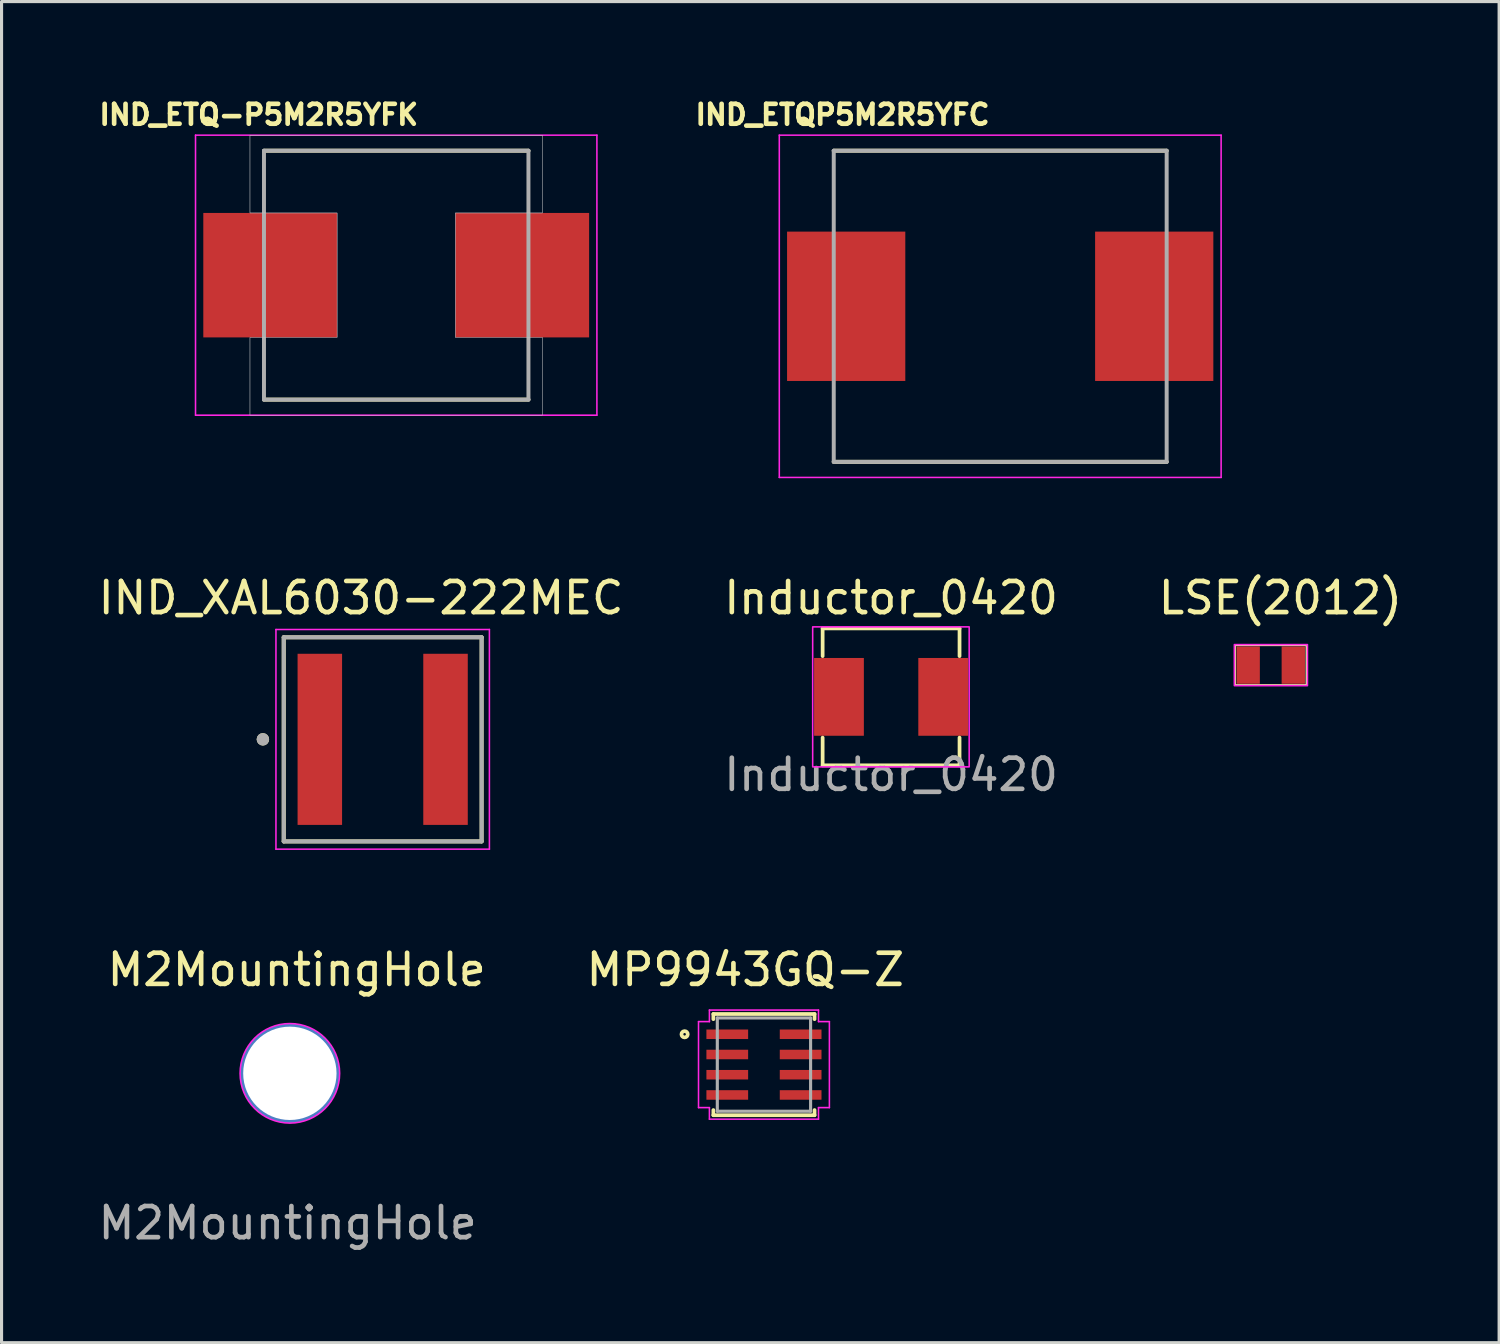
<source format=kicad_pcb>
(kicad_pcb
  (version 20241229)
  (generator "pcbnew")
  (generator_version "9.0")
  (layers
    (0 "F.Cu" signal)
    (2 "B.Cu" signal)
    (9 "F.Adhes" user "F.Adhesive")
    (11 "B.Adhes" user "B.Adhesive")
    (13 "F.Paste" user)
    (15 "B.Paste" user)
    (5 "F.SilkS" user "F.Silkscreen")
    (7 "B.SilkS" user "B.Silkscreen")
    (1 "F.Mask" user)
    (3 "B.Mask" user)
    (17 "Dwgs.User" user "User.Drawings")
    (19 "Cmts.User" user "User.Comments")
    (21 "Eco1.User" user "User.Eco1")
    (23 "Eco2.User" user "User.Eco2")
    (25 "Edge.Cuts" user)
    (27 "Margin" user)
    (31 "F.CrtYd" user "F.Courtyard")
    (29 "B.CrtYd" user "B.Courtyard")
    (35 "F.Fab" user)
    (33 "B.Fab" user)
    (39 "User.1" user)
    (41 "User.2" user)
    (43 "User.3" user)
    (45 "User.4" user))
  (footprint "LSE(2012)"
    (layer "F.Cu")
    (at 37.791 18.327)
    (property "Reference" "LSE(2012)" (at 0.31 -2.16 0) (unlocked yes) (layer "F.SilkS") (effects (font (size 1 1) (thickness 0.15))))
    (attr smd)
    (fp_rect (start -1.15 -0.64) (end 1.15 0.64) (stroke (width 0.06) (type solid)) (fill no) (layer "F.SilkS"))
    (fp_rect (start -1.17 -0.66) (end 1.18 0.66) (stroke (width 0.05) (type solid)) (fill no) (layer "F.CrtYd"))
    (pad "1" smd rect (at -0.725 0) (size 0.75 1.2) (layers "F.Cu" "F.Mask" "F.Paste"))
    (pad "2" smd rect (at 0.725 0) (size 0.75 1.2) (layers "F.Cu" "F.Mask" "F.Paste")))
  (footprint "MP9943GQ-Z"
    (layer "F.Cu")
    (at 21.503 31.166)
    (property "Reference" "MP9943GQ-Z" (at -0.6 -3.05 0) (layer "F.SilkS") (effects (font (size 1 1) (thickness 0.15))))
    (attr smd)
    (fp_line (start -1.626 -1.626) (end -1.626 -1.461) (stroke (width 0.12) (type solid)) (layer "F.SilkS"))
    (fp_line (start -1.626 1.461) (end -1.626 1.626) (stroke (width 0.12) (type solid)) (layer "F.SilkS"))
    (fp_line (start -1.626 1.626) (end 1.626 1.626) (stroke (width 0.12) (type solid)) (layer "F.SilkS"))
    (fp_line (start 1.626 -1.626) (end -1.626 -1.626) (stroke (width 0.12) (type solid)) (layer "F.SilkS"))
    (fp_line (start 1.626 -1.461) (end 1.626 -1.626) (stroke (width 0.12) (type solid)) (layer "F.SilkS"))
    (fp_line (start 1.626 1.626) (end 1.626 1.461) (stroke (width 0.12) (type solid)) (layer "F.SilkS"))
    (fp_circle (center -2.55 -0.975) (end -2.449 -0.975) (stroke (width 0.12) (type solid)) (fill no) (layer "F.SilkS"))
    (fp_line (start -2.103 -1.382) (end -1.753 -1.382) (stroke (width 0.05) (type solid)) (layer "F.CrtYd"))
    (fp_line (start -2.103 1.382) (end -2.103 -1.382) (stroke (width 0.05) (type solid)) (layer "F.CrtYd"))
    (fp_line (start -2.103 1.382) (end -1.753 1.382) (stroke (width 0.05) (type solid)) (layer "F.CrtYd"))
    (fp_line (start -1.753 -1.753) (end 1.753 -1.753) (stroke (width 0.05) (type solid)) (layer "F.CrtYd"))
    (fp_line (start -1.753 -1.382) (end -1.753 -1.753) (stroke (width 0.05) (type solid)) (layer "F.CrtYd"))
    (fp_line (start -1.753 1.753) (end -1.753 1.382) (stroke (width 0.05) (type solid)) (layer "F.CrtYd"))
    (fp_line (start 1.753 -1.753) (end 1.753 -1.382) (stroke (width 0.05) (type solid)) (layer "F.CrtYd"))
    (fp_line (start 1.753 -1.382) (end 2.103 -1.382) (stroke (width 0.05) (type solid)) (layer "F.CrtYd"))
    (fp_line (start 1.753 1.382) (end 1.753 1.753) (stroke (width 0.05) (type solid)) (layer "F.CrtYd"))
    (fp_line (start 1.753 1.753) (end -1.753 1.753) (stroke (width 0.05) (type solid)) (layer "F.CrtYd"))
    (fp_line (start 2.103 -1.382) (end 2.103 1.382) (stroke (width 0.05) (type solid)) (layer "F.CrtYd"))
    (fp_line (start 2.103 1.382) (end 1.753 1.382) (stroke (width 0.05) (type solid)) (layer "F.CrtYd"))
    (fp_line (start -1.499 -1.499) (end -1.499 1.499) (stroke (width 0.1) (type solid)) (layer "F.Fab"))
    (fp_line (start -1.499 1.499) (end 1.499 1.499) (stroke (width 0.1) (type solid)) (layer "F.Fab"))
    (fp_line (start 1.499 -1.499) (end -1.499 -1.499) (stroke (width 0.1) (type solid)) (layer "F.Fab"))
    (fp_line (start 1.499 1.499) (end 1.499 -1.499) (stroke (width 0.1) (type solid)) (layer "F.Fab"))
    (pad "1" smd rect (at -1.179 -0.975) (size 1.341 0.306) (layers "F.Cu" "F.Mask" "F.Paste"))
    (pad "2" smd rect (at -1.179 -0.325) (size 1.341 0.306) (layers "F.Cu" "F.Mask" "F.Paste"))
    (pad "3" smd rect (at -1.179 0.325) (size 1.341 0.306) (layers "F.Cu" "F.Mask" "F.Paste"))
    (pad "4" smd rect (at -1.179 0.975) (size 1.341 0.306) (layers "F.Cu" "F.Mask" "F.Paste"))
    (pad "5" smd rect (at 1.179 0.975) (size 1.341 0.306) (layers "F.Cu" "F.Mask" "F.Paste"))
    (pad "6" smd rect (at 1.179 0.325) (size 1.341 0.306) (layers "F.Cu" "F.Mask" "F.Paste"))
    (pad "7" smd rect (at 1.179 -0.325) (size 1.341 0.306) (layers "F.Cu" "F.Mask" "F.Paste"))
    (pad "8" smd rect (at 1.179 -0.975) (size 1.341 0.306) (layers "F.Cu" "F.Mask" "F.Paste")))
  (footprint "Inductor_0420"
    (layer "F.Cu")
    (at 25.589 19.347)
    (property "Reference" "Inductor_0420" (at 0 -3.18 0) (unlocked yes) (layer "F.SilkS") (effects (font (size 1 1) (thickness 0.15))))
    (attr smd)
    (fp_line (start -2.2 -2.2) (end -2.2 -1.31) (stroke (width 0.12) (type solid)) (layer "F.SilkS"))
    (fp_line (start -2.2 -2.2) (end 2.2 -2.2) (stroke (width 0.12) (type solid)) (layer "F.SilkS"))
    (fp_line (start -2.2 2.2) (end -2.2 1.31) (stroke (width 0.12) (type solid)) (layer "F.SilkS"))
    (fp_line (start -2.2 2.2) (end 2.2 2.2) (stroke (width 0.12) (type solid)) (layer "F.SilkS"))
    (fp_line (start 2.2 -2.2) (end 2.2 -1.31) (stroke (width 0.12) (type solid)) (layer "F.SilkS"))
    (fp_line (start 2.2 2.2) (end 2.2 1.31) (stroke (width 0.12) (type solid)) (layer "F.SilkS"))
    (fp_rect (start -2.52 -2.25) (end 2.51 2.25) (stroke (width 0.05) (type solid)) (fill no) (layer "F.CrtYd"))
    (fp_text user "${REFERENCE}" (at 0 2.5 0) (unlocked yes) (layer "F.Fab") (effects (font (size 1 1) (thickness 0.15))))
    (pad "1" smd rect (at -1.675 0) (size 1.6 2.5) (layers "F.Cu" "F.Mask" "F.Paste"))
    (pad "2" smd rect (at 1.675 0) (size 1.6 2.5) (layers "F.Cu" "F.Mask" "F.Paste")))
  (footprint "M2MountingHole"
    (layer "F.Cu")
    (at 6.266 31.446)
    (property "Reference" "M2MountingHole" (at 0.22 -3.33 0) (unlocked yes) (layer "F.SilkS") (effects (font (size 1 1) (thickness 0.15))))
    (attr through_hole exclude_from_bom)
    (fp_circle (center 0 0) (end 1.6 0) (stroke (width 0.05) (type solid)) (fill no) (layer "F.CrtYd"))
    (fp_text user "${REFERENCE}" (at -0.07 4.81 0) (unlocked yes) (layer "F.Fab") (effects (font (size 1 1) (thickness 0.15))))
    (pad "1" thru_hole circle (at 0 0) (size 3.2 3.2) (drill 3) (layers "*.Cu" "*.Mask")))
  (footprint "IND_ETQP5M2R5YFC"
    (layer "F.Cu")
    (at 29.096 6.794)
    (property "Reference" "IND_ETQP5M2R5YFC" (at -5.068 -6.156 0) (layer "F.SilkS") (effects (font (size 0.64 0.64) (thickness 0.15))))
    (attr smd)
    (fp_line (start -5.35 -5) (end 5.35 -5) (stroke (width 0.127) (type solid)) (layer "F.SilkS"))
    (fp_line (start -5.35 5) (end 5.35 5) (stroke (width 0.127) (type solid)) (layer "F.SilkS"))
    (fp_line (start -7.1 -5.5) (end -7.1 5.5) (stroke (width 0.05) (type solid)) (layer "F.CrtYd"))
    (fp_line (start -7.1 5.5) (end 7.1 5.5) (stroke (width 0.05) (type solid)) (layer "F.CrtYd"))
    (fp_line (start 7.1 -5.5) (end -7.1 -5.5) (stroke (width 0.05) (type solid)) (layer "F.CrtYd"))
    (fp_line (start 7.1 5.5) (end 7.1 -5.5) (stroke (width 0.05) (type solid)) (layer "F.CrtYd"))
    (fp_line (start -5.35 -5) (end -5.35 5) (stroke (width 0.127) (type solid)) (layer "F.Fab"))
    (fp_line (start -5.35 -5) (end 5.35 -5) (stroke (width 0.127) (type solid)) (layer "F.Fab"))
    (fp_line (start -5.35 5) (end 5.35 5) (stroke (width 0.127) (type solid)) (layer "F.Fab"))
    (fp_line (start 5.35 -5) (end 5.35 5) (stroke (width 0.127) (type solid)) (layer "F.Fab"))
    (pad "1" smd rect (at -4.95 0) (size 3.8 4.8) (layers "F.Cu" "F.Mask" "F.Paste"))
    (pad "2" smd rect (at 4.95 0) (size 3.8 4.8) (layers "F.Cu" "F.Mask" "F.Paste"))
    (zone (net_name "") (layer "F.Cu") (hatch full 0.508) (connect_pads) (min_thickness 0.01) (filled_areas_thickness no) (keepout (tracks not_allowed) (vias not_allowed) (pads not_allowed) (copperpour not_allowed) (footprints allowed)) (placement (enabled no)) (fill) (polygon (pts (xy 23.246 1.294) (xy 23.246 4.394) (xy 26.046 4.394) (xy 26.046 9.194) (xy 23.246 9.194) (xy 23.246 12.294) (xy 34.946 12.294) (xy 34.946 9.194) (xy 32.146 9.194) (xy 32.146 4.394) (xy 34.946 4.394) (xy 34.946 1.294))))
    (zone (net_name "") (layers "F.Cu" "B.Cu") (hatch full 0.508) (connect_pads) (min_thickness 0.01) (filled_areas_thickness no) (keepout (tracks allowed) (vias not_allowed) (pads allowed) (copperpour allowed) (footprints allowed)) (placement (enabled no)) (fill) (polygon (pts (xy 23.246 1.294) (xy 23.246 4.394) (xy 26.046 4.394) (xy 26.046 9.194) (xy 23.246 9.194) (xy 23.246 12.294) (xy 34.946 12.294) (xy 34.946 9.194) (xy 32.146 9.194) (xy 32.146 4.394) (xy 34.946 4.394) (xy 34.946 1.294)))))
  (footprint "IND_XAL6030-222MEC"
    (layer "F.Cu")
    (at 9.249 20.712)
    (property "Reference" "IND_XAL6030-222MEC" (at -0.695 -4.545 0) (layer "F.SilkS") (effects (font (size 1 1) (thickness 0.15))))
    (attr smd)
    (fp_line (start -3.18 -3.28) (end -3.18 3.28) (stroke (width 0.127) (type solid)) (layer "F.SilkS"))
    (fp_line (start -3.18 3.28) (end 3.18 3.28) (stroke (width 0.127) (type solid)) (layer "F.SilkS"))
    (fp_line (start 3.18 -3.28) (end -3.18 -3.28) (stroke (width 0.127) (type solid)) (layer "F.SilkS"))
    (fp_line (start 3.18 3.28) (end 3.18 -3.28) (stroke (width 0.127) (type solid)) (layer "F.SilkS"))
    (fp_circle (center -3.85 0) (end -3.75 0) (stroke (width 0.2) (type solid)) (fill no) (layer "F.SilkS"))
    (fp_line (start -3.43 -3.53) (end 3.43 -3.53) (stroke (width 0.05) (type solid)) (layer "F.CrtYd"))
    (fp_line (start -3.43 3.53) (end -3.43 -3.53) (stroke (width 0.05) (type solid)) (layer "F.CrtYd"))
    (fp_line (start 3.43 -3.53) (end 3.43 3.53) (stroke (width 0.05) (type solid)) (layer "F.CrtYd"))
    (fp_line (start 3.43 3.53) (end -3.43 3.53) (stroke (width 0.05) (type solid)) (layer "F.CrtYd"))
    (fp_line (start -3.18 -3.28) (end -3.18 3.28) (stroke (width 0.127) (type solid)) (layer "F.Fab"))
    (fp_line (start -3.18 3.28) (end 3.18 3.28) (stroke (width 0.127) (type solid)) (layer "F.Fab"))
    (fp_line (start 3.18 -3.28) (end -3.18 -3.28) (stroke (width 0.127) (type solid)) (layer "F.Fab"))
    (fp_line (start 3.18 3.28) (end 3.18 -3.28) (stroke (width 0.127) (type solid)) (layer "F.Fab"))
    (fp_circle (center -3.85 0) (end -3.75 0) (stroke (width 0.2) (type solid)) (fill no) (layer "F.Fab"))
    (pad "1" smd rect (at -2.02 0) (size 1.43 5.5) (layers "F.Cu" "F.Mask" "F.Paste"))
    (pad "2" smd rect (at 2.02 0) (size 1.43 5.5) (layers "F.Cu" "F.Mask" "F.Paste")))
  (footprint "IND_ETQ-P5M2R5YFK"
    (layer "F.Cu")
    (at 9.684 5.794)
    (property "Reference" "IND_ETQ-P5M2R5YFK" (at -4.418 -5.156 0) (layer "F.SilkS") (effects (font (size 0.64 0.64) (thickness 0.15))))
    (attr smd)
    (fp_line (start -4.25 -4) (end 4.25 -4) (stroke (width 0.127) (type solid)) (layer "F.SilkS"))
    (fp_line (start -4.25 4) (end 4.25 4) (stroke (width 0.127) (type solid)) (layer "F.SilkS"))
    (fp_poly (pts (xy -4.7 -4.5) (xy -4.7 -2) (xy -1.9 -2) (xy -1.9 2) (xy -4.7 2) (xy -4.7 4.5) (xy 4.7 4.5) (xy 4.7 2) (xy 1.9 2) (xy 1.9 -2) (xy 4.7 -2) (xy 4.7 -4.5)) (stroke (width 0.01) (type solid)) (fill no) (layer "Dwgs.User"))
    (fp_poly (pts (xy -4.7 -4.5) (xy -4.7 -2) (xy -1.9 -2) (xy -1.9 2) (xy -4.7 2) (xy -4.7 4.5) (xy 4.7 4.5) (xy 4.7 2) (xy 1.9 2) (xy 1.9 -2) (xy 4.7 -2) (xy 4.7 -4.5)) (stroke (width 0.01) (type solid)) (fill no) (layer "Dwgs.User"))
    (fp_line (start -6.45 -4.5) (end -6.45 4.5) (stroke (width 0.05) (type solid)) (layer "F.CrtYd"))
    (fp_line (start -6.45 4.5) (end 6.45 4.5) (stroke (width 0.05) (type solid)) (layer "F.CrtYd"))
    (fp_line (start 6.45 -4.5) (end -6.45 -4.5) (stroke (width 0.05) (type solid)) (layer "F.CrtYd"))
    (fp_line (start 6.45 4.5) (end 6.45 -4.5) (stroke (width 0.05) (type solid)) (layer "F.CrtYd"))
    (fp_line (start -4.25 -4) (end -4.25 4) (stroke (width 0.127) (type solid)) (layer "F.Fab"))
    (fp_line (start -4.25 -4) (end 4.25 -4) (stroke (width 0.127) (type solid)) (layer "F.Fab"))
    (fp_line (start -4.25 4) (end 4.25 4) (stroke (width 0.127) (type solid)) (layer "F.Fab"))
    (fp_line (start 4.25 -4) (end 4.25 4) (stroke (width 0.127) (type solid)) (layer "F.Fab"))
    (pad "1" smd rect (at -4.05 0) (size 4.3 4) (layers "F.Cu" "F.Mask" "F.Paste"))
    (pad "2" smd rect (at 4.05 0) (size 4.3 4) (layers "F.Cu" "F.Mask" "F.Paste")))
  (gr_rect
    (start -3 -3)
    (end 45.131 40.104)
    (stroke (width 0.1) (type default))
    (fill no)
    (layer "Edge.Cuts")))
</source>
